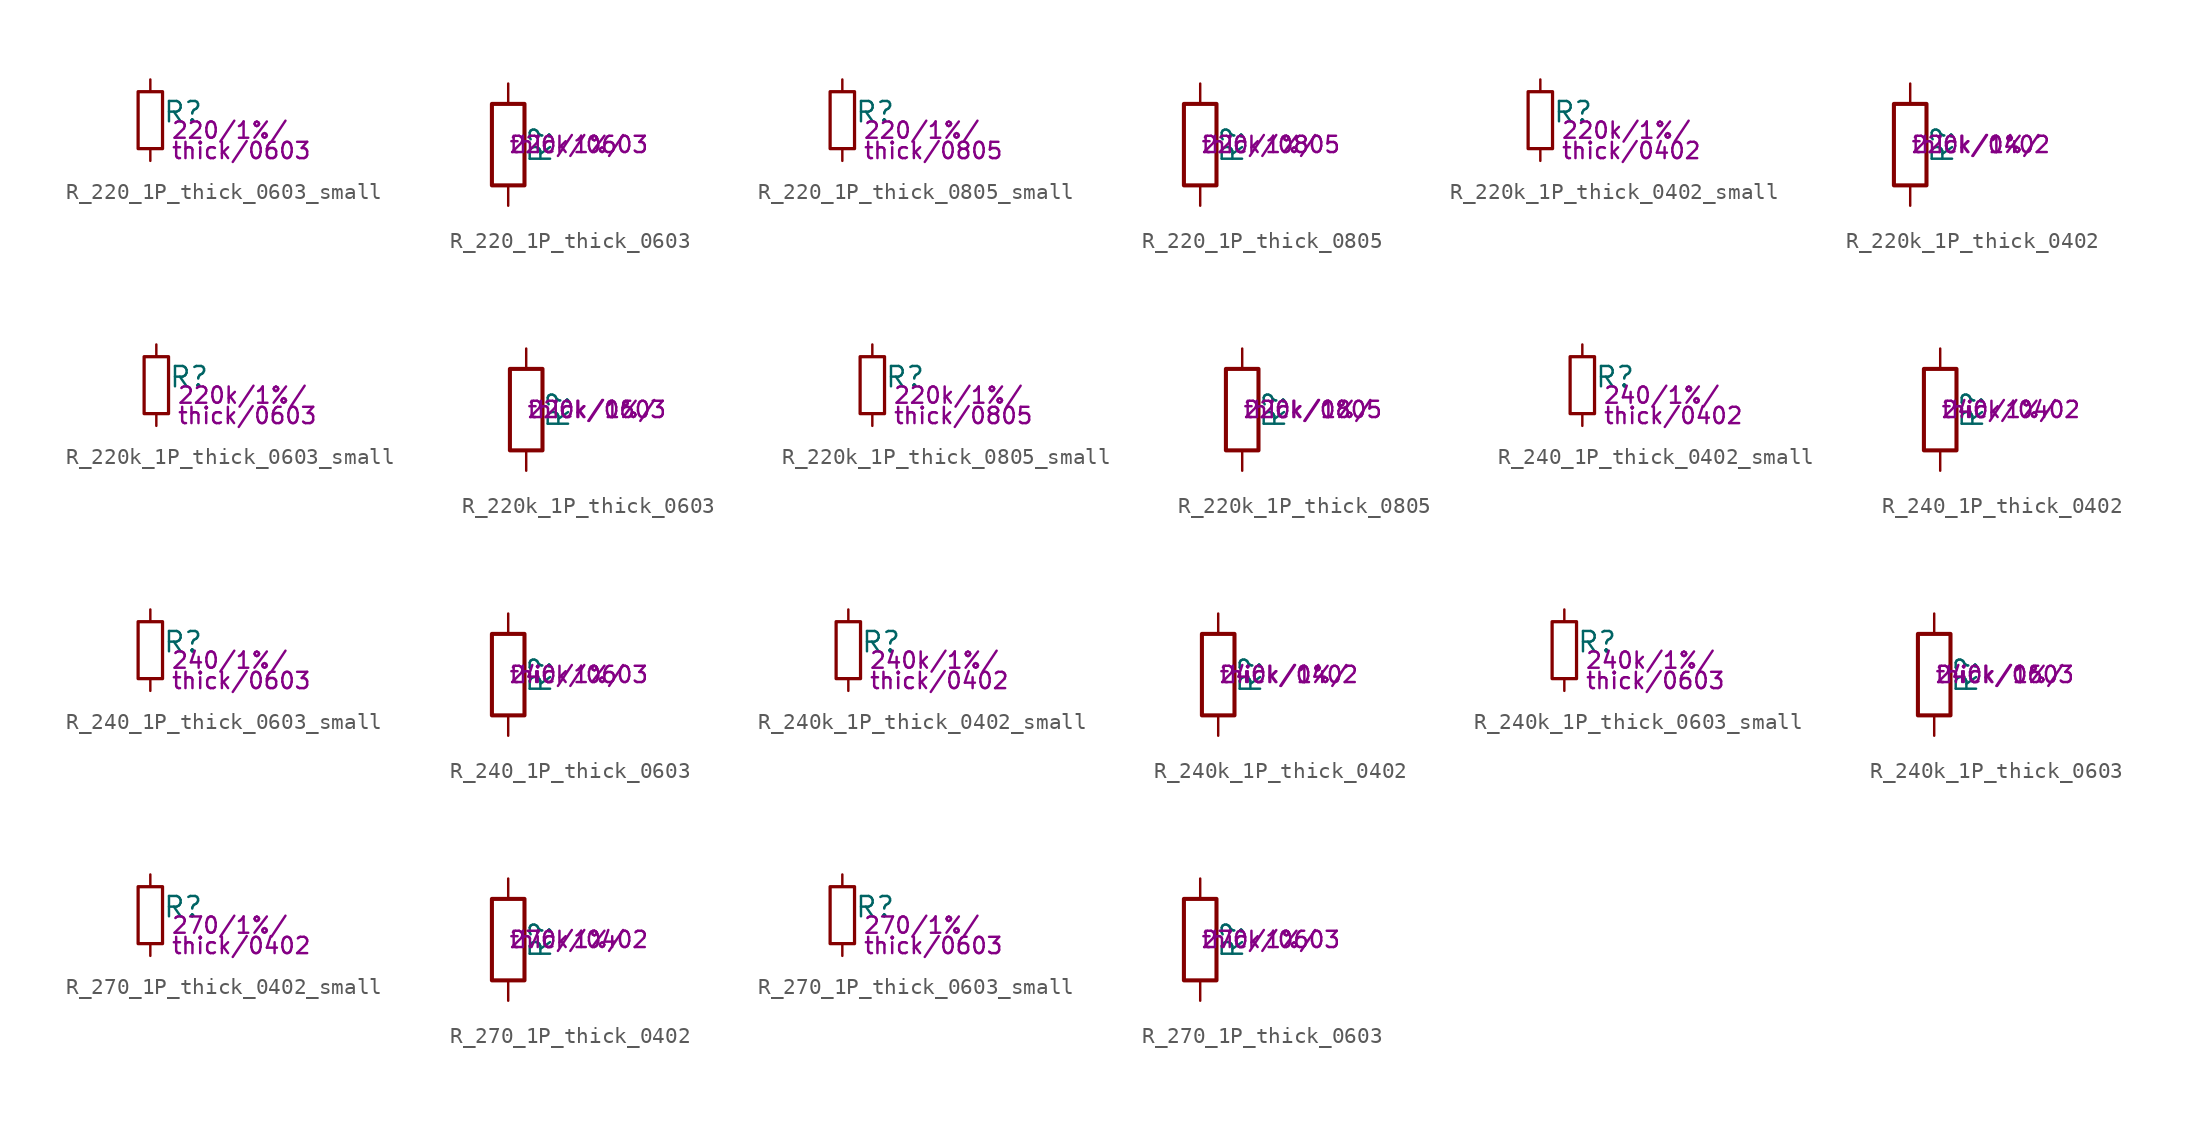
<source format=kicad_sym>
(kicad_symbol_lib
  (version 20211014)
  (generator kicad_symbol_editor)
  (symbol "R_220_1P_thick_0603_small"
    (pin_numbers hide)
    (pin_names
      (offset 0.254) hide)
    (property "Reference" "R"
      (at 0.762 0.508 0)
      (effects (font (size 1.27 1.27)) (justify left)))
    (property "Params" "220/1%/"
      (at 1.27 -0.635 0)
      (effects (font (size 1.016 1.016)) (justify left)))
    (property "Params2" "thick/0603"
      (at 1.27 -1.905 0)
      (effects (font (size 1.016 1.016)) (justify left)))
    (symbol "R_220_1P_thick_0603_small_0_1"
      (rectangle (start -0.762 1.778) (end 0.762 -1.778) (stroke (width 0.203) (type default) (color 0 0 0 0)) (fill (type none))))
    (symbol "R_220_1P_thick_0603_small_1_1"
      (pin passive line (at 0 2.54 270) (length 0.762) (name "~" (effects (font (size 1.27 1.27)))) (number "1" (effects (font (size 1.27 1.27)))))
      (pin passive line (at 0 -2.54 90) (length 0.762) (name "~" (effects (font (size 1.27 1.27)))) (number "2" (effects (font (size 1.27 1.27)))))))
  (symbol "R_220_1P_thick_0603"
    (pin_numbers hide)
    (pin_names
      (offset 0))
    (property "Reference" "R"
      (at 2.032 0 90)
      (effects (font (size 1.27 1.27))))
    (property "Params" "220/1%/"
      (at 0 0 0)
      (effects (font (size 1.016 1.016)) (justify left)))
    (property "Params2" "thick/0603"
      (at 0 0 0)
      (effects (font (size 1.016 1.016)) (justify left)))
    (symbol "R_220_1P_thick_0603_0_1"
      (rectangle (start -1.016 -2.54) (end 1.016 2.54) (stroke (width 0.254) (type default) (color 0 0 0 0)) (fill (type none))))
    (symbol "R_220_1P_thick_0603_1_1"
      (pin passive line (at 0 3.81 270) (length 1.27) (name "~" (effects (font (size 1.27 1.27)))) (number "1" (effects (font (size 1.27 1.27)))))
      (pin passive line (at 0 -3.81 90) (length 1.27) (name "~" (effects (font (size 1.27 1.27)))) (number "2" (effects (font (size 1.27 1.27)))))))
  (symbol "R_220_1P_thick_0805_small"
    (pin_numbers hide)
    (pin_names
      (offset 0.254) hide)
    (property "Reference" "R"
      (at 0.762 0.508 0)
      (effects (font (size 1.27 1.27)) (justify left)))
    (property "Params" "220/1%/"
      (at 1.27 -0.635 0)
      (effects (font (size 1.016 1.016)) (justify left)))
    (property "Params2" "thick/0805"
      (at 1.27 -1.905 0)
      (effects (font (size 1.016 1.016)) (justify left)))
    (symbol "R_220_1P_thick_0805_small_0_1"
      (rectangle (start -0.762 1.778) (end 0.762 -1.778) (stroke (width 0.203) (type default) (color 0 0 0 0)) (fill (type none))))
    (symbol "R_220_1P_thick_0805_small_1_1"
      (pin passive line (at 0 2.54 270) (length 0.762) (name "~" (effects (font (size 1.27 1.27)))) (number "1" (effects (font (size 1.27 1.27)))))
      (pin passive line (at 0 -2.54 90) (length 0.762) (name "~" (effects (font (size 1.27 1.27)))) (number "2" (effects (font (size 1.27 1.27)))))))
  (symbol "R_220_1P_thick_0805"
    (pin_numbers hide)
    (pin_names
      (offset 0))
    (property "Reference" "R"
      (at 2.032 0 90)
      (effects (font (size 1.27 1.27))))
    (property "Params" "220/1%/"
      (at 0 0 0)
      (effects (font (size 1.016 1.016)) (justify left)))
    (property "Params2" "thick/0805"
      (at 0 0 0)
      (effects (font (size 1.016 1.016)) (justify left)))
    (symbol "R_220_1P_thick_0805_0_1"
      (rectangle (start -1.016 -2.54) (end 1.016 2.54) (stroke (width 0.254) (type default) (color 0 0 0 0)) (fill (type none))))
    (symbol "R_220_1P_thick_0805_1_1"
      (pin passive line (at 0 3.81 270) (length 1.27) (name "~" (effects (font (size 1.27 1.27)))) (number "1" (effects (font (size 1.27 1.27)))))
      (pin passive line (at 0 -3.81 90) (length 1.27) (name "~" (effects (font (size 1.27 1.27)))) (number "2" (effects (font (size 1.27 1.27)))))))
  (symbol "R_220k_1P_thick_0402_small"
    (pin_numbers hide)
    (pin_names
      (offset 0.254) hide)
    (property "Reference" "R"
      (at 0.762 0.508 0)
      (effects (font (size 1.27 1.27)) (justify left)))
    (property "Params" "220k/1%/"
      (at 1.27 -0.635 0)
      (effects (font (size 1.016 1.016)) (justify left)))
    (property "Params2" "thick/0402"
      (at 1.27 -1.905 0)
      (effects (font (size 1.016 1.016)) (justify left)))
    (symbol "R_220k_1P_thick_0402_small_0_1"
      (rectangle (start -0.762 1.778) (end 0.762 -1.778) (stroke (width 0.203) (type default) (color 0 0 0 0)) (fill (type none))))
    (symbol "R_220k_1P_thick_0402_small_1_1"
      (pin passive line (at 0 2.54 270) (length 0.762) (name "~" (effects (font (size 1.27 1.27)))) (number "1" (effects (font (size 1.27 1.27)))))
      (pin passive line (at 0 -2.54 90) (length 0.762) (name "~" (effects (font (size 1.27 1.27)))) (number "2" (effects (font (size 1.27 1.27)))))))
  (symbol "R_220k_1P_thick_0402"
    (pin_numbers hide)
    (pin_names
      (offset 0))
    (property "Reference" "R"
      (at 2.032 0 90)
      (effects (font (size 1.27 1.27))))
    (property "Params" "220k/1%/"
      (at 0 0 0)
      (effects (font (size 1.016 1.016)) (justify left)))
    (property "Params2" "thick/0402"
      (at 0 0 0)
      (effects (font (size 1.016 1.016)) (justify left)))
    (symbol "R_220k_1P_thick_0402_0_1"
      (rectangle (start -1.016 -2.54) (end 1.016 2.54) (stroke (width 0.254) (type default) (color 0 0 0 0)) (fill (type none))))
    (symbol "R_220k_1P_thick_0402_1_1"
      (pin passive line (at 0 3.81 270) (length 1.27) (name "~" (effects (font (size 1.27 1.27)))) (number "1" (effects (font (size 1.27 1.27)))))
      (pin passive line (at 0 -3.81 90) (length 1.27) (name "~" (effects (font (size 1.27 1.27)))) (number "2" (effects (font (size 1.27 1.27)))))))
  (symbol "R_220k_1P_thick_0603_small"
    (pin_numbers hide)
    (pin_names
      (offset 0.254) hide)
    (property "Reference" "R"
      (at 0.762 0.508 0)
      (effects (font (size 1.27 1.27)) (justify left)))
    (property "Params" "220k/1%/"
      (at 1.27 -0.635 0)
      (effects (font (size 1.016 1.016)) (justify left)))
    (property "Params2" "thick/0603"
      (at 1.27 -1.905 0)
      (effects (font (size 1.016 1.016)) (justify left)))
    (symbol "R_220k_1P_thick_0603_small_0_1"
      (rectangle (start -0.762 1.778) (end 0.762 -1.778) (stroke (width 0.203) (type default) (color 0 0 0 0)) (fill (type none))))
    (symbol "R_220k_1P_thick_0603_small_1_1"
      (pin passive line (at 0 2.54 270) (length 0.762) (name "~" (effects (font (size 1.27 1.27)))) (number "1" (effects (font (size 1.27 1.27)))))
      (pin passive line (at 0 -2.54 90) (length 0.762) (name "~" (effects (font (size 1.27 1.27)))) (number "2" (effects (font (size 1.27 1.27)))))))
  (symbol "R_220k_1P_thick_0603"
    (pin_numbers hide)
    (pin_names
      (offset 0))
    (property "Reference" "R"
      (at 2.032 0 90)
      (effects (font (size 1.27 1.27))))
    (property "Params" "220k/1%/"
      (at 0 0 0)
      (effects (font (size 1.016 1.016)) (justify left)))
    (property "Params2" "thick/0603"
      (at 0 0 0)
      (effects (font (size 1.016 1.016)) (justify left)))
    (symbol "R_220k_1P_thick_0603_0_1"
      (rectangle (start -1.016 -2.54) (end 1.016 2.54) (stroke (width 0.254) (type default) (color 0 0 0 0)) (fill (type none))))
    (symbol "R_220k_1P_thick_0603_1_1"
      (pin passive line (at 0 3.81 270) (length 1.27) (name "~" (effects (font (size 1.27 1.27)))) (number "1" (effects (font (size 1.27 1.27)))))
      (pin passive line (at 0 -3.81 90) (length 1.27) (name "~" (effects (font (size 1.27 1.27)))) (number "2" (effects (font (size 1.27 1.27)))))))
  (symbol "R_220k_1P_thick_0805_small"
    (pin_numbers hide)
    (pin_names
      (offset 0.254) hide)
    (property "Reference" "R"
      (at 0.762 0.508 0)
      (effects (font (size 1.27 1.27)) (justify left)))
    (property "Params" "220k/1%/"
      (at 1.27 -0.635 0)
      (effects (font (size 1.016 1.016)) (justify left)))
    (property "Params2" "thick/0805"
      (at 1.27 -1.905 0)
      (effects (font (size 1.016 1.016)) (justify left)))
    (symbol "R_220k_1P_thick_0805_small_0_1"
      (rectangle (start -0.762 1.778) (end 0.762 -1.778) (stroke (width 0.203) (type default) (color 0 0 0 0)) (fill (type none))))
    (symbol "R_220k_1P_thick_0805_small_1_1"
      (pin passive line (at 0 2.54 270) (length 0.762) (name "~" (effects (font (size 1.27 1.27)))) (number "1" (effects (font (size 1.27 1.27)))))
      (pin passive line (at 0 -2.54 90) (length 0.762) (name "~" (effects (font (size 1.27 1.27)))) (number "2" (effects (font (size 1.27 1.27)))))))
  (symbol "R_220k_1P_thick_0805"
    (pin_numbers hide)
    (pin_names
      (offset 0))
    (property "Reference" "R"
      (at 2.032 0 90)
      (effects (font (size 1.27 1.27))))
    (property "Params" "220k/1%/"
      (at 0 0 0)
      (effects (font (size 1.016 1.016)) (justify left)))
    (property "Params2" "thick/0805"
      (at 0 0 0)
      (effects (font (size 1.016 1.016)) (justify left)))
    (symbol "R_220k_1P_thick_0805_0_1"
      (rectangle (start -1.016 -2.54) (end 1.016 2.54) (stroke (width 0.254) (type default) (color 0 0 0 0)) (fill (type none))))
    (symbol "R_220k_1P_thick_0805_1_1"
      (pin passive line (at 0 3.81 270) (length 1.27) (name "~" (effects (font (size 1.27 1.27)))) (number "1" (effects (font (size 1.27 1.27)))))
      (pin passive line (at 0 -3.81 90) (length 1.27) (name "~" (effects (font (size 1.27 1.27)))) (number "2" (effects (font (size 1.27 1.27)))))))
  (symbol "R_240_1P_thick_0402_small"
    (pin_numbers hide)
    (pin_names
      (offset 0.254) hide)
    (property "Reference" "R"
      (at 0.762 0.508 0)
      (effects (font (size 1.27 1.27)) (justify left)))
    (property "Params" "240/1%/"
      (at 1.27 -0.635 0)
      (effects (font (size 1.016 1.016)) (justify left)))
    (property "Params2" "thick/0402"
      (at 1.27 -1.905 0)
      (effects (font (size 1.016 1.016)) (justify left)))
    (symbol "R_240_1P_thick_0402_small_0_1"
      (rectangle (start -0.762 1.778) (end 0.762 -1.778) (stroke (width 0.203) (type default) (color 0 0 0 0)) (fill (type none))))
    (symbol "R_240_1P_thick_0402_small_1_1"
      (pin passive line (at 0 2.54 270) (length 0.762) (name "~" (effects (font (size 1.27 1.27)))) (number "1" (effects (font (size 1.27 1.27)))))
      (pin passive line (at 0 -2.54 90) (length 0.762) (name "~" (effects (font (size 1.27 1.27)))) (number "2" (effects (font (size 1.27 1.27)))))))
  (symbol "R_240_1P_thick_0402"
    (pin_numbers hide)
    (pin_names
      (offset 0))
    (property "Reference" "R"
      (at 2.032 0 90)
      (effects (font (size 1.27 1.27))))
    (property "Params" "240/1%/"
      (at 0 0 0)
      (effects (font (size 1.016 1.016)) (justify left)))
    (property "Params2" "thick/0402"
      (at 0 0 0)
      (effects (font (size 1.016 1.016)) (justify left)))
    (symbol "R_240_1P_thick_0402_0_1"
      (rectangle (start -1.016 -2.54) (end 1.016 2.54) (stroke (width 0.254) (type default) (color 0 0 0 0)) (fill (type none))))
    (symbol "R_240_1P_thick_0402_1_1"
      (pin passive line (at 0 3.81 270) (length 1.27) (name "~" (effects (font (size 1.27 1.27)))) (number "1" (effects (font (size 1.27 1.27)))))
      (pin passive line (at 0 -3.81 90) (length 1.27) (name "~" (effects (font (size 1.27 1.27)))) (number "2" (effects (font (size 1.27 1.27)))))))
  (symbol "R_240_1P_thick_0603_small"
    (pin_numbers hide)
    (pin_names
      (offset 0.254) hide)
    (property "Reference" "R"
      (at 0.762 0.508 0)
      (effects (font (size 1.27 1.27)) (justify left)))
    (property "Params" "240/1%/"
      (at 1.27 -0.635 0)
      (effects (font (size 1.016 1.016)) (justify left)))
    (property "Params2" "thick/0603"
      (at 1.27 -1.905 0)
      (effects (font (size 1.016 1.016)) (justify left)))
    (symbol "R_240_1P_thick_0603_small_0_1"
      (rectangle (start -0.762 1.778) (end 0.762 -1.778) (stroke (width 0.203) (type default) (color 0 0 0 0)) (fill (type none))))
    (symbol "R_240_1P_thick_0603_small_1_1"
      (pin passive line (at 0 2.54 270) (length 0.762) (name "~" (effects (font (size 1.27 1.27)))) (number "1" (effects (font (size 1.27 1.27)))))
      (pin passive line (at 0 -2.54 90) (length 0.762) (name "~" (effects (font (size 1.27 1.27)))) (number "2" (effects (font (size 1.27 1.27)))))))
  (symbol "R_240_1P_thick_0603"
    (pin_numbers hide)
    (pin_names
      (offset 0))
    (property "Reference" "R"
      (at 2.032 0 90)
      (effects (font (size 1.27 1.27))))
    (property "Params" "240/1%/"
      (at 0 0 0)
      (effects (font (size 1.016 1.016)) (justify left)))
    (property "Params2" "thick/0603"
      (at 0 0 0)
      (effects (font (size 1.016 1.016)) (justify left)))
    (symbol "R_240_1P_thick_0603_0_1"
      (rectangle (start -1.016 -2.54) (end 1.016 2.54) (stroke (width 0.254) (type default) (color 0 0 0 0)) (fill (type none))))
    (symbol "R_240_1P_thick_0603_1_1"
      (pin passive line (at 0 3.81 270) (length 1.27) (name "~" (effects (font (size 1.27 1.27)))) (number "1" (effects (font (size 1.27 1.27)))))
      (pin passive line (at 0 -3.81 90) (length 1.27) (name "~" (effects (font (size 1.27 1.27)))) (number "2" (effects (font (size 1.27 1.27)))))))
  (symbol "R_240k_1P_thick_0402_small"
    (pin_numbers hide)
    (pin_names
      (offset 0.254) hide)
    (property "Reference" "R"
      (at 0.762 0.508 0)
      (effects (font (size 1.27 1.27)) (justify left)))
    (property "Params" "240k/1%/"
      (at 1.27 -0.635 0)
      (effects (font (size 1.016 1.016)) (justify left)))
    (property "Params2" "thick/0402"
      (at 1.27 -1.905 0)
      (effects (font (size 1.016 1.016)) (justify left)))
    (symbol "R_240k_1P_thick_0402_small_0_1"
      (rectangle (start -0.762 1.778) (end 0.762 -1.778) (stroke (width 0.203) (type default) (color 0 0 0 0)) (fill (type none))))
    (symbol "R_240k_1P_thick_0402_small_1_1"
      (pin passive line (at 0 2.54 270) (length 0.762) (name "~" (effects (font (size 1.27 1.27)))) (number "1" (effects (font (size 1.27 1.27)))))
      (pin passive line (at 0 -2.54 90) (length 0.762) (name "~" (effects (font (size 1.27 1.27)))) (number "2" (effects (font (size 1.27 1.27)))))))
  (symbol "R_240k_1P_thick_0402"
    (pin_numbers hide)
    (pin_names
      (offset 0))
    (property "Reference" "R"
      (at 2.032 0 90)
      (effects (font (size 1.27 1.27))))
    (property "Params" "240k/1%/"
      (at 0 0 0)
      (effects (font (size 1.016 1.016)) (justify left)))
    (property "Params2" "thick/0402"
      (at 0 0 0)
      (effects (font (size 1.016 1.016)) (justify left)))
    (symbol "R_240k_1P_thick_0402_0_1"
      (rectangle (start -1.016 -2.54) (end 1.016 2.54) (stroke (width 0.254) (type default) (color 0 0 0 0)) (fill (type none))))
    (symbol "R_240k_1P_thick_0402_1_1"
      (pin passive line (at 0 3.81 270) (length 1.27) (name "~" (effects (font (size 1.27 1.27)))) (number "1" (effects (font (size 1.27 1.27)))))
      (pin passive line (at 0 -3.81 90) (length 1.27) (name "~" (effects (font (size 1.27 1.27)))) (number "2" (effects (font (size 1.27 1.27)))))))
  (symbol "R_240k_1P_thick_0603_small"
    (pin_numbers hide)
    (pin_names
      (offset 0.254) hide)
    (property "Reference" "R"
      (at 0.762 0.508 0)
      (effects (font (size 1.27 1.27)) (justify left)))
    (property "Params" "240k/1%/"
      (at 1.27 -0.635 0)
      (effects (font (size 1.016 1.016)) (justify left)))
    (property "Params2" "thick/0603"
      (at 1.27 -1.905 0)
      (effects (font (size 1.016 1.016)) (justify left)))
    (symbol "R_240k_1P_thick_0603_small_0_1"
      (rectangle (start -0.762 1.778) (end 0.762 -1.778) (stroke (width 0.203) (type default) (color 0 0 0 0)) (fill (type none))))
    (symbol "R_240k_1P_thick_0603_small_1_1"
      (pin passive line (at 0 2.54 270) (length 0.762) (name "~" (effects (font (size 1.27 1.27)))) (number "1" (effects (font (size 1.27 1.27)))))
      (pin passive line (at 0 -2.54 90) (length 0.762) (name "~" (effects (font (size 1.27 1.27)))) (number "2" (effects (font (size 1.27 1.27)))))))
  (symbol "R_240k_1P_thick_0603"
    (pin_numbers hide)
    (pin_names
      (offset 0))
    (property "Reference" "R"
      (at 2.032 0 90)
      (effects (font (size 1.27 1.27))))
    (property "Params" "240k/1%/"
      (at 0 0 0)
      (effects (font (size 1.016 1.016)) (justify left)))
    (property "Params2" "thick/0603"
      (at 0 0 0)
      (effects (font (size 1.016 1.016)) (justify left)))
    (symbol "R_240k_1P_thick_0603_0_1"
      (rectangle (start -1.016 -2.54) (end 1.016 2.54) (stroke (width 0.254) (type default) (color 0 0 0 0)) (fill (type none))))
    (symbol "R_240k_1P_thick_0603_1_1"
      (pin passive line (at 0 3.81 270) (length 1.27) (name "~" (effects (font (size 1.27 1.27)))) (number "1" (effects (font (size 1.27 1.27)))))
      (pin passive line (at 0 -3.81 90) (length 1.27) (name "~" (effects (font (size 1.27 1.27)))) (number "2" (effects (font (size 1.27 1.27)))))))
  (symbol "R_270_1P_thick_0402_small"
    (pin_numbers hide)
    (pin_names
      (offset 0.254) hide)
    (property "Reference" "R"
      (at 0.762 0.508 0)
      (effects (font (size 1.27 1.27)) (justify left)))
    (property "Params" "270/1%/"
      (at 1.27 -0.635 0)
      (effects (font (size 1.016 1.016)) (justify left)))
    (property "Params2" "thick/0402"
      (at 1.27 -1.905 0)
      (effects (font (size 1.016 1.016)) (justify left)))
    (symbol "R_270_1P_thick_0402_small_0_1"
      (rectangle (start -0.762 1.778) (end 0.762 -1.778) (stroke (width 0.203) (type default) (color 0 0 0 0)) (fill (type none))))
    (symbol "R_270_1P_thick_0402_small_1_1"
      (pin passive line (at 0 2.54 270) (length 0.762) (name "~" (effects (font (size 1.27 1.27)))) (number "1" (effects (font (size 1.27 1.27)))))
      (pin passive line (at 0 -2.54 90) (length 0.762) (name "~" (effects (font (size 1.27 1.27)))) (number "2" (effects (font (size 1.27 1.27)))))))
  (symbol "R_270_1P_thick_0402"
    (pin_numbers hide)
    (pin_names
      (offset 0))
    (property "Reference" "R"
      (at 2.032 0 90)
      (effects (font (size 1.27 1.27))))
    (property "Params" "270/1%/"
      (at 0 0 0)
      (effects (font (size 1.016 1.016)) (justify left)))
    (property "Params2" "thick/0402"
      (at 0 0 0)
      (effects (font (size 1.016 1.016)) (justify left)))
    (symbol "R_270_1P_thick_0402_0_1"
      (rectangle (start -1.016 -2.54) (end 1.016 2.54) (stroke (width 0.254) (type default) (color 0 0 0 0)) (fill (type none))))
    (symbol "R_270_1P_thick_0402_1_1"
      (pin passive line (at 0 3.81 270) (length 1.27) (name "~" (effects (font (size 1.27 1.27)))) (number "1" (effects (font (size 1.27 1.27)))))
      (pin passive line (at 0 -3.81 90) (length 1.27) (name "~" (effects (font (size 1.27 1.27)))) (number "2" (effects (font (size 1.27 1.27)))))))
  (symbol "R_270_1P_thick_0603_small"
    (pin_numbers hide)
    (pin_names
      (offset 0.254) hide)
    (property "Reference" "R"
      (at 0.762 0.508 0)
      (effects (font (size 1.27 1.27)) (justify left)))
    (property "Params" "270/1%/"
      (at 1.27 -0.635 0)
      (effects (font (size 1.016 1.016)) (justify left)))
    (property "Params2" "thick/0603"
      (at 1.27 -1.905 0)
      (effects (font (size 1.016 1.016)) (justify left)))
    (symbol "R_270_1P_thick_0603_small_0_1"
      (rectangle (start -0.762 1.778) (end 0.762 -1.778) (stroke (width 0.203) (type default) (color 0 0 0 0)) (fill (type none))))
    (symbol "R_270_1P_thick_0603_small_1_1"
      (pin passive line (at 0 2.54 270) (length 0.762) (name "~" (effects (font (size 1.27 1.27)))) (number "1" (effects (font (size 1.27 1.27)))))
      (pin passive line (at 0 -2.54 90) (length 0.762) (name "~" (effects (font (size 1.27 1.27)))) (number "2" (effects (font (size 1.27 1.27)))))))
  (symbol "R_270_1P_thick_0603"
    (pin_numbers hide)
    (pin_names
      (offset 0))
    (property "Reference" "R"
      (at 2.032 0 90)
      (effects (font (size 1.27 1.27))))
    (property "Params" "270/1%/"
      (at 0 0 0)
      (effects (font (size 1.016 1.016)) (justify left)))
    (property "Params2" "thick/0603"
      (at 0 0 0)
      (effects (font (size 1.016 1.016)) (justify left)))
    (symbol "R_270_1P_thick_0603_0_1"
      (rectangle (start -1.016 -2.54) (end 1.016 2.54) (stroke (width 0.254) (type default) (color 0 0 0 0)) (fill (type none))))
    (symbol "R_270_1P_thick_0603_1_1"
      (pin passive line (at 0 3.81 270) (length 1.27) (name "~" (effects (font (size 1.27 1.27)))) (number "1" (effects (font (size 1.27 1.27)))))
      (pin passive line (at 0 -3.81 90) (length 1.27) (name "~" (effects (font (size 1.27 1.27)))) (number "2" (effects (font (size 1.27 1.27))))))))
</source>
